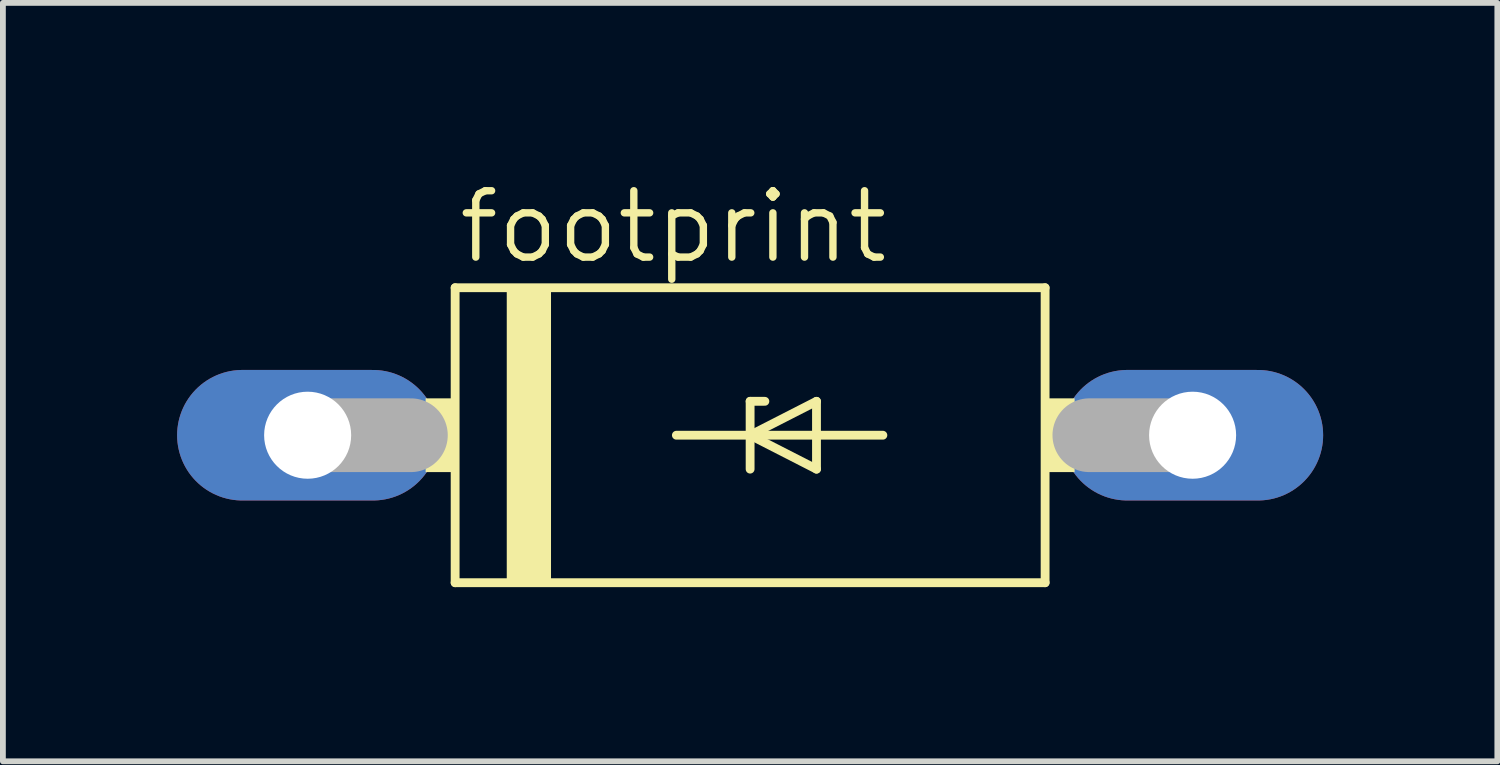
<source format=kicad_pcb>
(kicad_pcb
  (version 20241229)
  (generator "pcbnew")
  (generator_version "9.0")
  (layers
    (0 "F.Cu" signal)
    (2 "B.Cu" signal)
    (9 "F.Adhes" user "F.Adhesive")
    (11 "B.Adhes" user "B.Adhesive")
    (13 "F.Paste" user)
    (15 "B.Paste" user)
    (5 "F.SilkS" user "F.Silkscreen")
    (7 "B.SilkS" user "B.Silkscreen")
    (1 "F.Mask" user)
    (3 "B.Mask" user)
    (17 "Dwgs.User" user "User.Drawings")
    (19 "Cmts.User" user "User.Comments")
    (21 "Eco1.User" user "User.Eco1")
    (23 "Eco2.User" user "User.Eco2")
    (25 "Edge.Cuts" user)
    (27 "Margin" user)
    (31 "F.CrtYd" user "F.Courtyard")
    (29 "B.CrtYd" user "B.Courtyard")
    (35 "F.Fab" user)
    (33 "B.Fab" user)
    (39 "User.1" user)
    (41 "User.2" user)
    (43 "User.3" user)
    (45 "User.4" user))
  (footprint "footprint"
    (layer "F.Cu")
    (at 9.868 4.445)
    (property "Reference" "footprint" (at -5.08 -2.921 0) (layer "F.SilkS") (effects (font (size 1.143 1.143) (thickness 0.127)) (justify left bottom)))
    (fp_line (start -5.08 -2.54) (end 5.08 -2.54) (stroke (width 0.152) (type solid)) (layer "F.SilkS"))
    (fp_line (start -5.08 2.54) (end -5.08 -2.54) (stroke (width 0.152) (type solid)) (layer "F.SilkS"))
    (fp_line (start -1.27 0) (end 0 0) (stroke (width 0.152) (type solid)) (layer "F.SilkS"))
    (fp_line (start 0 -0.584) (end 0 0) (stroke (width 0.152) (type solid)) (layer "F.SilkS"))
    (fp_line (start 0 -0.584) (end 0.254 -0.584) (stroke (width 0.152) (type solid)) (layer "F.SilkS"))
    (fp_line (start 0 0) (end 0 0.584) (stroke (width 0.152) (type solid)) (layer "F.SilkS"))
    (fp_line (start 0 0) (end 1.143 -0.584) (stroke (width 0.152) (type solid)) (layer "F.SilkS"))
    (fp_line (start 0 0) (end 2.286 0) (stroke (width 0.152) (type solid)) (layer "F.SilkS"))
    (fp_line (start 1.143 -0.584) (end 1.143 0.584) (stroke (width 0.152) (type solid)) (layer "F.SilkS"))
    (fp_line (start 1.143 0.584) (end 0 0) (stroke (width 0.152) (type solid)) (layer "F.SilkS"))
    (fp_line (start 5.08 -2.54) (end 5.08 2.54) (stroke (width 0.152) (type solid)) (layer "F.SilkS"))
    (fp_line (start 5.08 2.54) (end -5.08 2.54) (stroke (width 0.152) (type solid)) (layer "F.SilkS"))
    (fp_poly (pts (xy -5.588 0.635) (xy -5.08 0.635) (xy -5.08 -0.635) (xy -5.588 -0.635)) (stroke (width 0) (type solid)) (fill yes) (layer "F.SilkS"))
    (fp_poly (pts (xy -4.191 2.54) (xy -3.429 2.54) (xy -3.429 -2.54) (xy -4.191 -2.54)) (stroke (width 0) (type solid)) (fill yes) (layer "F.SilkS"))
    (fp_poly (pts (xy 5.08 0.635) (xy 5.588 0.635) (xy 5.588 -0.635) (xy 5.08 -0.635)) (stroke (width 0) (type solid)) (fill yes) (layer "F.SilkS"))
    (fp_line (start -7.62 0) (end -5.842 0) (stroke (width 1.27) (type solid)) (layer "F.Fab"))
    (fp_line (start 7.62 0) (end 5.842 0) (stroke (width 1.27) (type solid)) (layer "F.Fab"))
    (pad "A" thru_hole oval (at 7.62 0) (size 4.496 2.248) (drill 1.499) (layers "*.Cu" "*.Mask"))
    (pad "C" thru_hole oval (at -7.62 0) (size 4.496 2.248) (drill 1.499) (layers "*.Cu" "*.Mask")))
  (gr_rect
    (start -3 -3)
    (end 22.736 10.061)
    (stroke (width 0.1) (type default))
    (fill no)
    (layer "Edge.Cuts")))
</source>
